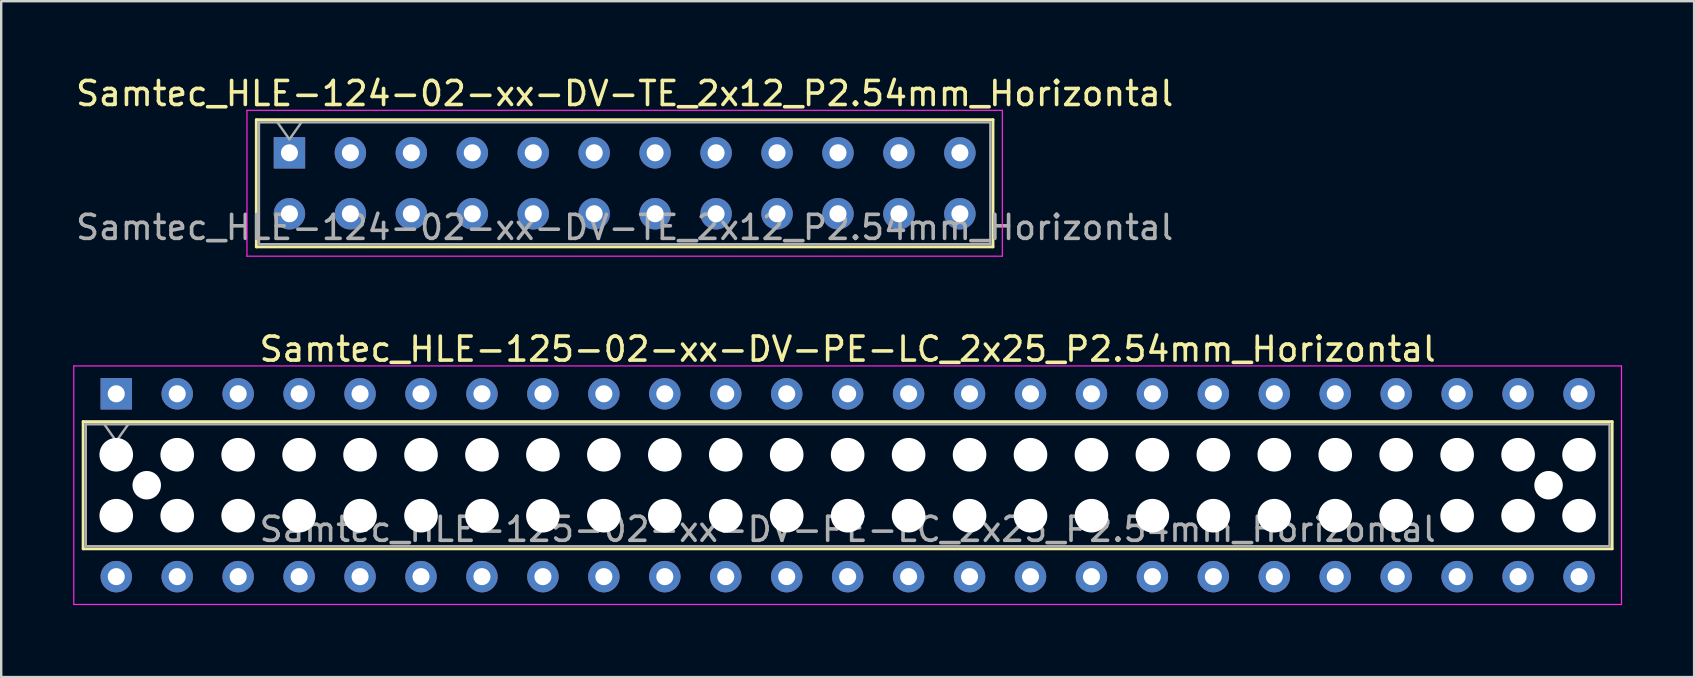
<source format=kicad_pcb>
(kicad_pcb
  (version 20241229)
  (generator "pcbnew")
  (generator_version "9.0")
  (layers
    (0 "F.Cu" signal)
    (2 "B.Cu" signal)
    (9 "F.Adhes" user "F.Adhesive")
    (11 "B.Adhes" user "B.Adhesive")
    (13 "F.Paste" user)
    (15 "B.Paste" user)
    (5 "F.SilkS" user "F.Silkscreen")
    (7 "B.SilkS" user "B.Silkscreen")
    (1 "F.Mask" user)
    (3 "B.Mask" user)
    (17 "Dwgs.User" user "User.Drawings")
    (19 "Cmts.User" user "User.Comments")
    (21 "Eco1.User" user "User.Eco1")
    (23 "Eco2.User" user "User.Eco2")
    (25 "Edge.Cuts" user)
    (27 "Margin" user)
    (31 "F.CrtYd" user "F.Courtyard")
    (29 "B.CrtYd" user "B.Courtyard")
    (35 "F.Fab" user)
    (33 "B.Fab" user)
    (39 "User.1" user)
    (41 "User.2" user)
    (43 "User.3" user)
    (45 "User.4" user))
  (footprint "Samtec_HLE-125-02-xx-DV-PE-LC_2x25_P2.54mm_Horizontal"
    (layer "F.Cu")
    (at 1.795 13.361)
    (property "Reference" "Samtec_HLE-125-02-xx-DV-PE-LC_2x25_P2.54mm_Horizontal" (at 30.48 -1.86 0) (layer "F.SilkS") (effects (font (size 1 1) (thickness 0.15))))
    (attr through_hole)
    (fp_line (start -1.38 1.16) (end 62.34 1.16) (stroke (width 0.12) (type solid)) (layer "F.SilkS"))
    (fp_line (start -1.38 6.46) (end -1.38 1.16) (stroke (width 0.12) (type solid)) (layer "F.SilkS"))
    (fp_line (start 62.34 1.16) (end 62.34 6.46) (stroke (width 0.12) (type solid)) (layer "F.SilkS"))
    (fp_line (start 62.34 6.46) (end -1.38 6.46) (stroke (width 0.12) (type solid)) (layer "F.SilkS"))
    (fp_line (start -1.77 -1.16) (end 62.73 -1.16) (stroke (width 0.05) (type solid)) (layer "F.CrtYd"))
    (fp_line (start -1.77 8.78) (end -1.77 -1.16) (stroke (width 0.05) (type solid)) (layer "F.CrtYd"))
    (fp_line (start 62.73 -1.16) (end 62.73 8.78) (stroke (width 0.05) (type solid)) (layer "F.CrtYd"))
    (fp_line (start 62.73 8.78) (end -1.77 8.78) (stroke (width 0.05) (type solid)) (layer "F.CrtYd"))
    (fp_line (start -1.27 1.27) (end 62.23 1.27) (stroke (width 0.1) (type solid)) (layer "F.Fab"))
    (fp_line (start -1.27 6.35) (end -1.27 1.27) (stroke (width 0.1) (type solid)) (layer "F.Fab"))
    (fp_line (start -0.5 1.27) (end 0 1.977) (stroke (width 0.1) (type solid)) (layer "F.Fab"))
    (fp_line (start 0 1.977) (end 0.5 1.27) (stroke (width 0.1) (type solid)) (layer "F.Fab"))
    (fp_line (start 62.23 1.27) (end 62.23 6.35) (stroke (width 0.1) (type solid)) (layer "F.Fab"))
    (fp_line (start 62.23 6.35) (end -1.27 6.35) (stroke (width 0.1) (type solid)) (layer "F.Fab"))
    (fp_text user "${REFERENCE}" (at 30.48 5.65 0) (layer "F.Fab") (effects (font (size 1 1) (thickness 0.15))))
    (pad "" np_thru_hole circle (at 0 2.54) (size 1.4 1.4) (drill 1.4) (layers "*.Cu" "*.Mask"))
    (pad "" np_thru_hole circle (at 0 5.08) (size 1.4 1.4) (drill 1.4) (layers "*.Cu" "*.Mask"))
    (pad "" np_thru_hole circle (at 1.27 3.81) (size 1.19 1.19) (drill 1.19) (layers "*.Cu" "*.Mask"))
    (pad "" np_thru_hole circle (at 2.54 2.54) (size 1.4 1.4) (drill 1.4) (layers "*.Cu" "*.Mask"))
    (pad "" np_thru_hole circle (at 2.54 5.08) (size 1.4 1.4) (drill 1.4) (layers "*.Cu" "*.Mask"))
    (pad "" np_thru_hole circle (at 5.08 2.54) (size 1.4 1.4) (drill 1.4) (layers "*.Cu" "*.Mask"))
    (pad "" np_thru_hole circle (at 5.08 5.08) (size 1.4 1.4) (drill 1.4) (layers "*.Cu" "*.Mask"))
    (pad "" np_thru_hole circle (at 7.62 2.54) (size 1.4 1.4) (drill 1.4) (layers "*.Cu" "*.Mask"))
    (pad "" np_thru_hole circle (at 7.62 5.08) (size 1.4 1.4) (drill 1.4) (layers "*.Cu" "*.Mask"))
    (pad "" np_thru_hole circle (at 10.16 2.54) (size 1.4 1.4) (drill 1.4) (layers "*.Cu" "*.Mask"))
    (pad "" np_thru_hole circle (at 10.16 5.08) (size 1.4 1.4) (drill 1.4) (layers "*.Cu" "*.Mask"))
    (pad "" np_thru_hole circle (at 12.7 2.54) (size 1.4 1.4) (drill 1.4) (layers "*.Cu" "*.Mask"))
    (pad "" np_thru_hole circle (at 12.7 5.08) (size 1.4 1.4) (drill 1.4) (layers "*.Cu" "*.Mask"))
    (pad "" np_thru_hole circle (at 15.24 2.54) (size 1.4 1.4) (drill 1.4) (layers "*.Cu" "*.Mask"))
    (pad "" np_thru_hole circle (at 15.24 5.08) (size 1.4 1.4) (drill 1.4) (layers "*.Cu" "*.Mask"))
    (pad "" np_thru_hole circle (at 17.78 2.54) (size 1.4 1.4) (drill 1.4) (layers "*.Cu" "*.Mask"))
    (pad "" np_thru_hole circle (at 17.78 5.08) (size 1.4 1.4) (drill 1.4) (layers "*.Cu" "*.Mask"))
    (pad "" np_thru_hole circle (at 20.32 2.54) (size 1.4 1.4) (drill 1.4) (layers "*.Cu" "*.Mask"))
    (pad "" np_thru_hole circle (at 20.32 5.08) (size 1.4 1.4) (drill 1.4) (layers "*.Cu" "*.Mask"))
    (pad "" np_thru_hole circle (at 22.86 2.54) (size 1.4 1.4) (drill 1.4) (layers "*.Cu" "*.Mask"))
    (pad "" np_thru_hole circle (at 22.86 5.08) (size 1.4 1.4) (drill 1.4) (layers "*.Cu" "*.Mask"))
    (pad "" np_thru_hole circle (at 25.4 2.54) (size 1.4 1.4) (drill 1.4) (layers "*.Cu" "*.Mask"))
    (pad "" np_thru_hole circle (at 25.4 5.08) (size 1.4 1.4) (drill 1.4) (layers "*.Cu" "*.Mask"))
    (pad "" np_thru_hole circle (at 27.94 2.54) (size 1.4 1.4) (drill 1.4) (layers "*.Cu" "*.Mask"))
    (pad "" np_thru_hole circle (at 27.94 5.08) (size 1.4 1.4) (drill 1.4) (layers "*.Cu" "*.Mask"))
    (pad "" np_thru_hole circle (at 30.48 2.54) (size 1.4 1.4) (drill 1.4) (layers "*.Cu" "*.Mask"))
    (pad "" np_thru_hole circle (at 30.48 5.08) (size 1.4 1.4) (drill 1.4) (layers "*.Cu" "*.Mask"))
    (pad "" np_thru_hole circle (at 33.02 2.54) (size 1.4 1.4) (drill 1.4) (layers "*.Cu" "*.Mask"))
    (pad "" np_thru_hole circle (at 33.02 5.08) (size 1.4 1.4) (drill 1.4) (layers "*.Cu" "*.Mask"))
    (pad "" np_thru_hole circle (at 35.56 2.54) (size 1.4 1.4) (drill 1.4) (layers "*.Cu" "*.Mask"))
    (pad "" np_thru_hole circle (at 35.56 5.08) (size 1.4 1.4) (drill 1.4) (layers "*.Cu" "*.Mask"))
    (pad "" np_thru_hole circle (at 38.1 2.54) (size 1.4 1.4) (drill 1.4) (layers "*.Cu" "*.Mask"))
    (pad "" np_thru_hole circle (at 38.1 5.08) (size 1.4 1.4) (drill 1.4) (layers "*.Cu" "*.Mask"))
    (pad "" np_thru_hole circle (at 40.64 2.54) (size 1.4 1.4) (drill 1.4) (layers "*.Cu" "*.Mask"))
    (pad "" np_thru_hole circle (at 40.64 5.08) (size 1.4 1.4) (drill 1.4) (layers "*.Cu" "*.Mask"))
    (pad "" np_thru_hole circle (at 43.18 2.54) (size 1.4 1.4) (drill 1.4) (layers "*.Cu" "*.Mask"))
    (pad "" np_thru_hole circle (at 43.18 5.08) (size 1.4 1.4) (drill 1.4) (layers "*.Cu" "*.Mask"))
    (pad "" np_thru_hole circle (at 45.72 2.54) (size 1.4 1.4) (drill 1.4) (layers "*.Cu" "*.Mask"))
    (pad "" np_thru_hole circle (at 45.72 5.08) (size 1.4 1.4) (drill 1.4) (layers "*.Cu" "*.Mask"))
    (pad "" np_thru_hole circle (at 48.26 2.54) (size 1.4 1.4) (drill 1.4) (layers "*.Cu" "*.Mask"))
    (pad "" np_thru_hole circle (at 48.26 5.08) (size 1.4 1.4) (drill 1.4) (layers "*.Cu" "*.Mask"))
    (pad "" np_thru_hole circle (at 50.8 2.54) (size 1.4 1.4) (drill 1.4) (layers "*.Cu" "*.Mask"))
    (pad "" np_thru_hole circle (at 50.8 5.08) (size 1.4 1.4) (drill 1.4) (layers "*.Cu" "*.Mask"))
    (pad "" np_thru_hole circle (at 53.34 2.54) (size 1.4 1.4) (drill 1.4) (layers "*.Cu" "*.Mask"))
    (pad "" np_thru_hole circle (at 53.34 5.08) (size 1.4 1.4) (drill 1.4) (layers "*.Cu" "*.Mask"))
    (pad "" np_thru_hole circle (at 55.88 2.54) (size 1.4 1.4) (drill 1.4) (layers "*.Cu" "*.Mask"))
    (pad "" np_thru_hole circle (at 55.88 5.08) (size 1.4 1.4) (drill 1.4) (layers "*.Cu" "*.Mask"))
    (pad "" np_thru_hole circle (at 58.42 2.54) (size 1.4 1.4) (drill 1.4) (layers "*.Cu" "*.Mask"))
    (pad "" np_thru_hole circle (at 58.42 5.08) (size 1.4 1.4) (drill 1.4) (layers "*.Cu" "*.Mask"))
    (pad "" np_thru_hole circle (at 59.69 3.81) (size 1.19 1.19) (drill 1.19) (layers "*.Cu" "*.Mask"))
    (pad "" np_thru_hole circle (at 60.96 2.54) (size 1.4 1.4) (drill 1.4) (layers "*.Cu" "*.Mask"))
    (pad "" np_thru_hole circle (at 60.96 5.08) (size 1.4 1.4) (drill 1.4) (layers "*.Cu" "*.Mask"))
    (pad "1" thru_hole rect (at 0 0) (size 1.31 1.31) (drill 0.71) (layers "*.Cu" "*.Mask"))
    (pad "2" thru_hole circle (at 0 7.62) (size 1.31 1.31) (drill 0.71) (layers "*.Cu" "*.Mask"))
    (pad "3" thru_hole circle (at 2.54 0) (size 1.31 1.31) (drill 0.71) (layers "*.Cu" "*.Mask"))
    (pad "4" thru_hole circle (at 2.54 7.62) (size 1.31 1.31) (drill 0.71) (layers "*.Cu" "*.Mask"))
    (pad "5" thru_hole circle (at 5.08 0) (size 1.31 1.31) (drill 0.71) (layers "*.Cu" "*.Mask"))
    (pad "6" thru_hole circle (at 5.08 7.62) (size 1.31 1.31) (drill 0.71) (layers "*.Cu" "*.Mask"))
    (pad "7" thru_hole circle (at 7.62 0) (size 1.31 1.31) (drill 0.71) (layers "*.Cu" "*.Mask"))
    (pad "8" thru_hole circle (at 7.62 7.62) (size 1.31 1.31) (drill 0.71) (layers "*.Cu" "*.Mask"))
    (pad "9" thru_hole circle (at 10.16 0) (size 1.31 1.31) (drill 0.71) (layers "*.Cu" "*.Mask"))
    (pad "10" thru_hole circle (at 10.16 7.62) (size 1.31 1.31) (drill 0.71) (layers "*.Cu" "*.Mask"))
    (pad "11" thru_hole circle (at 12.7 0) (size 1.31 1.31) (drill 0.71) (layers "*.Cu" "*.Mask"))
    (pad "12" thru_hole circle (at 12.7 7.62) (size 1.31 1.31) (drill 0.71) (layers "*.Cu" "*.Mask"))
    (pad "13" thru_hole circle (at 15.24 0) (size 1.31 1.31) (drill 0.71) (layers "*.Cu" "*.Mask"))
    (pad "14" thru_hole circle (at 15.24 7.62) (size 1.31 1.31) (drill 0.71) (layers "*.Cu" "*.Mask"))
    (pad "15" thru_hole circle (at 17.78 0) (size 1.31 1.31) (drill 0.71) (layers "*.Cu" "*.Mask"))
    (pad "16" thru_hole circle (at 17.78 7.62) (size 1.31 1.31) (drill 0.71) (layers "*.Cu" "*.Mask"))
    (pad "17" thru_hole circle (at 20.32 0) (size 1.31 1.31) (drill 0.71) (layers "*.Cu" "*.Mask"))
    (pad "18" thru_hole circle (at 20.32 7.62) (size 1.31 1.31) (drill 0.71) (layers "*.Cu" "*.Mask"))
    (pad "19" thru_hole circle (at 22.86 0) (size 1.31 1.31) (drill 0.71) (layers "*.Cu" "*.Mask"))
    (pad "20" thru_hole circle (at 22.86 7.62) (size 1.31 1.31) (drill 0.71) (layers "*.Cu" "*.Mask"))
    (pad "21" thru_hole circle (at 25.4 0) (size 1.31 1.31) (drill 0.71) (layers "*.Cu" "*.Mask"))
    (pad "22" thru_hole circle (at 25.4 7.62) (size 1.31 1.31) (drill 0.71) (layers "*.Cu" "*.Mask"))
    (pad "23" thru_hole circle (at 27.94 0) (size 1.31 1.31) (drill 0.71) (layers "*.Cu" "*.Mask"))
    (pad "24" thru_hole circle (at 27.94 7.62) (size 1.31 1.31) (drill 0.71) (layers "*.Cu" "*.Mask"))
    (pad "25" thru_hole circle (at 30.48 0) (size 1.31 1.31) (drill 0.71) (layers "*.Cu" "*.Mask"))
    (pad "26" thru_hole circle (at 30.48 7.62) (size 1.31 1.31) (drill 0.71) (layers "*.Cu" "*.Mask"))
    (pad "27" thru_hole circle (at 33.02 0) (size 1.31 1.31) (drill 0.71) (layers "*.Cu" "*.Mask"))
    (pad "28" thru_hole circle (at 33.02 7.62) (size 1.31 1.31) (drill 0.71) (layers "*.Cu" "*.Mask"))
    (pad "29" thru_hole circle (at 35.56 0) (size 1.31 1.31) (drill 0.71) (layers "*.Cu" "*.Mask"))
    (pad "30" thru_hole circle (at 35.56 7.62) (size 1.31 1.31) (drill 0.71) (layers "*.Cu" "*.Mask"))
    (pad "31" thru_hole circle (at 38.1 0) (size 1.31 1.31) (drill 0.71) (layers "*.Cu" "*.Mask"))
    (pad "32" thru_hole circle (at 38.1 7.62) (size 1.31 1.31) (drill 0.71) (layers "*.Cu" "*.Mask"))
    (pad "33" thru_hole circle (at 40.64 0) (size 1.31 1.31) (drill 0.71) (layers "*.Cu" "*.Mask"))
    (pad "34" thru_hole circle (at 40.64 7.62) (size 1.31 1.31) (drill 0.71) (layers "*.Cu" "*.Mask"))
    (pad "35" thru_hole circle (at 43.18 0) (size 1.31 1.31) (drill 0.71) (layers "*.Cu" "*.Mask"))
    (pad "36" thru_hole circle (at 43.18 7.62) (size 1.31 1.31) (drill 0.71) (layers "*.Cu" "*.Mask"))
    (pad "37" thru_hole circle (at 45.72 0) (size 1.31 1.31) (drill 0.71) (layers "*.Cu" "*.Mask"))
    (pad "38" thru_hole circle (at 45.72 7.62) (size 1.31 1.31) (drill 0.71) (layers "*.Cu" "*.Mask"))
    (pad "39" thru_hole circle (at 48.26 0) (size 1.31 1.31) (drill 0.71) (layers "*.Cu" "*.Mask"))
    (pad "40" thru_hole circle (at 48.26 7.62) (size 1.31 1.31) (drill 0.71) (layers "*.Cu" "*.Mask"))
    (pad "41" thru_hole circle (at 50.8 0) (size 1.31 1.31) (drill 0.71) (layers "*.Cu" "*.Mask"))
    (pad "42" thru_hole circle (at 50.8 7.62) (size 1.31 1.31) (drill 0.71) (layers "*.Cu" "*.Mask"))
    (pad "43" thru_hole circle (at 53.34 0) (size 1.31 1.31) (drill 0.71) (layers "*.Cu" "*.Mask"))
    (pad "44" thru_hole circle (at 53.34 7.62) (size 1.31 1.31) (drill 0.71) (layers "*.Cu" "*.Mask"))
    (pad "45" thru_hole circle (at 55.88 0) (size 1.31 1.31) (drill 0.71) (layers "*.Cu" "*.Mask"))
    (pad "46" thru_hole circle (at 55.88 7.62) (size 1.31 1.31) (drill 0.71) (layers "*.Cu" "*.Mask"))
    (pad "47" thru_hole circle (at 58.42 0) (size 1.31 1.31) (drill 0.71) (layers "*.Cu" "*.Mask"))
    (pad "48" thru_hole circle (at 58.42 7.62) (size 1.31 1.31) (drill 0.71) (layers "*.Cu" "*.Mask"))
    (pad "49" thru_hole circle (at 60.96 0) (size 1.31 1.31) (drill 0.71) (layers "*.Cu" "*.Mask"))
    (pad "50" thru_hole circle (at 60.96 7.62) (size 1.31 1.31) (drill 0.71) (layers "*.Cu" "*.Mask")))
  (footprint "Samtec_HLE-124-02-xx-DV-TE_2x12_P2.54mm_Horizontal"
    (layer "F.Cu")
    (at 9.012 3.318)
    (property "Reference" "Samtec_HLE-124-02-xx-DV-TE_2x12_P2.54mm_Horizontal" (at 13.97 -2.47 0) (layer "F.SilkS") (effects (font (size 1 1) (thickness 0.15))))
    (attr through_hole)
    (fp_line (start -1.38 -1.38) (end 29.32 -1.38) (stroke (width 0.12) (type solid)) (layer "F.SilkS"))
    (fp_line (start -1.38 3.92) (end -1.38 -1.38) (stroke (width 0.12) (type solid)) (layer "F.SilkS"))
    (fp_line (start 29.32 -1.38) (end 29.32 3.92) (stroke (width 0.12) (type solid)) (layer "F.SilkS"))
    (fp_line (start 29.32 3.92) (end -1.38 3.92) (stroke (width 0.12) (type solid)) (layer "F.SilkS"))
    (fp_line (start -1.77 -1.77) (end 29.71 -1.77) (stroke (width 0.05) (type solid)) (layer "F.CrtYd"))
    (fp_line (start -1.77 4.31) (end -1.77 -1.77) (stroke (width 0.05) (type solid)) (layer "F.CrtYd"))
    (fp_line (start 29.71 -1.77) (end 29.71 4.31) (stroke (width 0.05) (type solid)) (layer "F.CrtYd"))
    (fp_line (start 29.71 4.31) (end -1.77 4.31) (stroke (width 0.05) (type solid)) (layer "F.CrtYd"))
    (fp_line (start -1.27 -1.27) (end 29.21 -1.27) (stroke (width 0.1) (type solid)) (layer "F.Fab"))
    (fp_line (start -1.27 3.81) (end -1.27 -1.27) (stroke (width 0.1) (type solid)) (layer "F.Fab"))
    (fp_line (start -0.5 -1.27) (end 0 -0.563) (stroke (width 0.1) (type solid)) (layer "F.Fab"))
    (fp_line (start 0 -0.563) (end 0.5 -1.27) (stroke (width 0.1) (type solid)) (layer "F.Fab"))
    (fp_line (start 29.21 -1.27) (end 29.21 3.81) (stroke (width 0.1) (type solid)) (layer "F.Fab"))
    (fp_line (start 29.21 3.81) (end -1.27 3.81) (stroke (width 0.1) (type solid)) (layer "F.Fab"))
    (fp_text user "${REFERENCE}" (at 13.97 3.11 0) (layer "F.Fab") (effects (font (size 1 1) (thickness 0.15))))
    (pad "1" thru_hole rect (at 0 0) (size 1.31 1.31) (drill 0.71) (layers "*.Cu" "*.Mask"))
    (pad "2" thru_hole circle (at 0 2.54) (size 1.31 1.31) (drill 0.71) (layers "*.Cu" "*.Mask"))
    (pad "3" thru_hole circle (at 2.54 0) (size 1.31 1.31) (drill 0.71) (layers "*.Cu" "*.Mask"))
    (pad "4" thru_hole circle (at 2.54 2.54) (size 1.31 1.31) (drill 0.71) (layers "*.Cu" "*.Mask"))
    (pad "5" thru_hole circle (at 5.08 0) (size 1.31 1.31) (drill 0.71) (layers "*.Cu" "*.Mask"))
    (pad "6" thru_hole circle (at 5.08 2.54) (size 1.31 1.31) (drill 0.71) (layers "*.Cu" "*.Mask"))
    (pad "7" thru_hole circle (at 7.62 0) (size 1.31 1.31) (drill 0.71) (layers "*.Cu" "*.Mask"))
    (pad "8" thru_hole circle (at 7.62 2.54) (size 1.31 1.31) (drill 0.71) (layers "*.Cu" "*.Mask"))
    (pad "9" thru_hole circle (at 10.16 0) (size 1.31 1.31) (drill 0.71) (layers "*.Cu" "*.Mask"))
    (pad "10" thru_hole circle (at 10.16 2.54) (size 1.31 1.31) (drill 0.71) (layers "*.Cu" "*.Mask"))
    (pad "11" thru_hole circle (at 12.7 0) (size 1.31 1.31) (drill 0.71) (layers "*.Cu" "*.Mask"))
    (pad "12" thru_hole circle (at 12.7 2.54) (size 1.31 1.31) (drill 0.71) (layers "*.Cu" "*.Mask"))
    (pad "13" thru_hole circle (at 15.24 0) (size 1.31 1.31) (drill 0.71) (layers "*.Cu" "*.Mask"))
    (pad "14" thru_hole circle (at 15.24 2.54) (size 1.31 1.31) (drill 0.71) (layers "*.Cu" "*.Mask"))
    (pad "15" thru_hole circle (at 17.78 0) (size 1.31 1.31) (drill 0.71) (layers "*.Cu" "*.Mask"))
    (pad "16" thru_hole circle (at 17.78 2.54) (size 1.31 1.31) (drill 0.71) (layers "*.Cu" "*.Mask"))
    (pad "17" thru_hole circle (at 20.32 0) (size 1.31 1.31) (drill 0.71) (layers "*.Cu" "*.Mask"))
    (pad "18" thru_hole circle (at 20.32 2.54) (size 1.31 1.31) (drill 0.71) (layers "*.Cu" "*.Mask"))
    (pad "19" thru_hole circle (at 22.86 0) (size 1.31 1.31) (drill 0.71) (layers "*.Cu" "*.Mask"))
    (pad "20" thru_hole circle (at 22.86 2.54) (size 1.31 1.31) (drill 0.71) (layers "*.Cu" "*.Mask"))
    (pad "21" thru_hole circle (at 25.4 0) (size 1.31 1.31) (drill 0.71) (layers "*.Cu" "*.Mask"))
    (pad "22" thru_hole circle (at 25.4 2.54) (size 1.31 1.31) (drill 0.71) (layers "*.Cu" "*.Mask"))
    (pad "23" thru_hole circle (at 27.94 0) (size 1.31 1.31) (drill 0.71) (layers "*.Cu" "*.Mask"))
    (pad "24" thru_hole circle (at 27.94 2.54) (size 1.31 1.31) (drill 0.71) (layers "*.Cu" "*.Mask")))
  (gr_rect
    (start -3 -3)
    (end 67.55 25.166)
    (stroke (width 0.1) (type default))
    (fill no)
    (layer "Edge.Cuts")))
</source>
